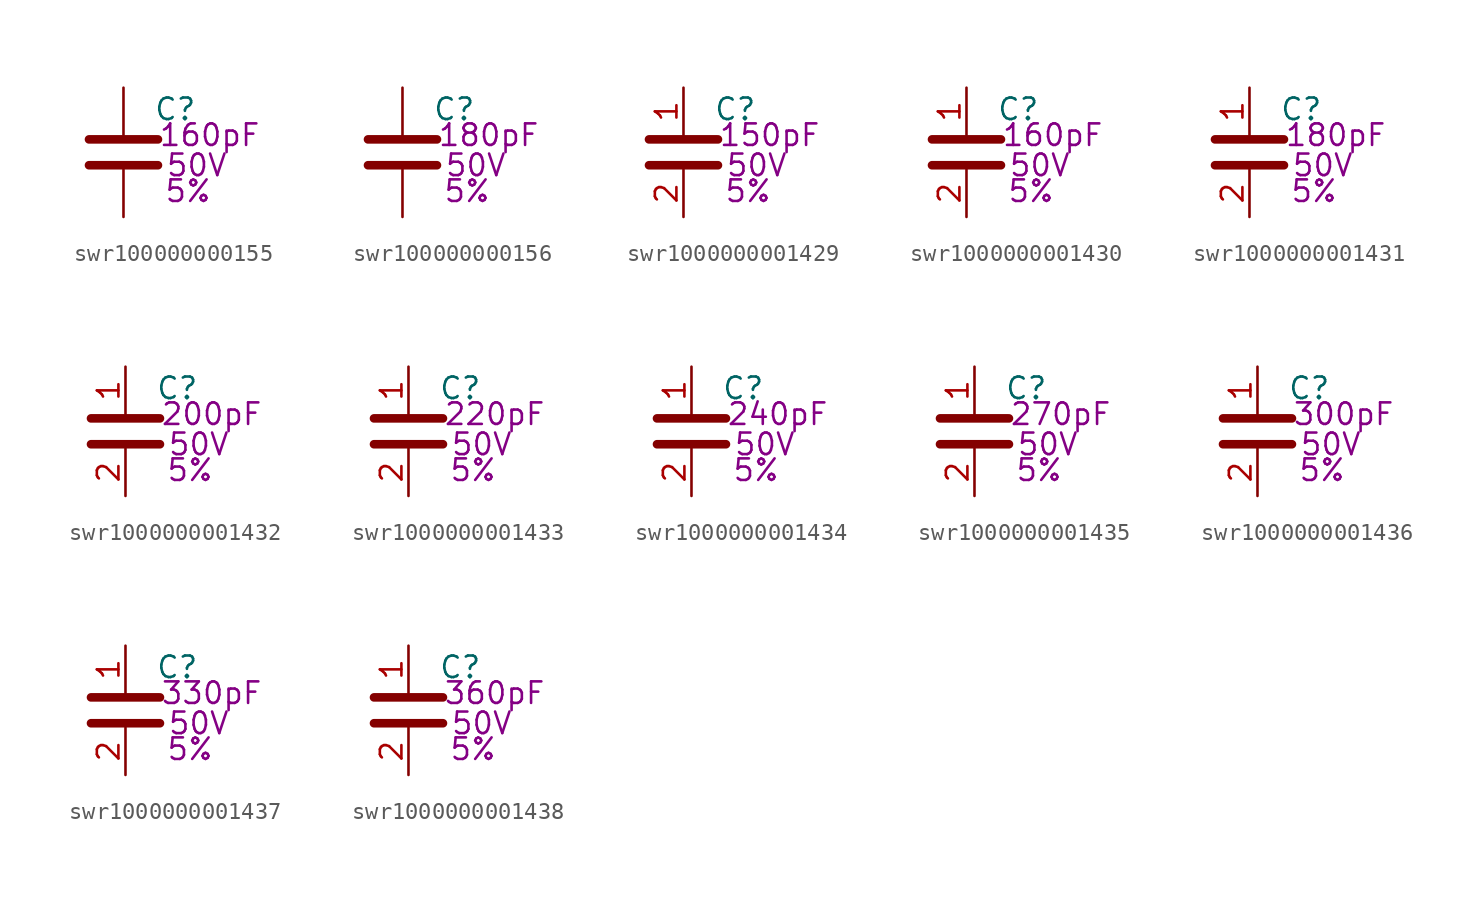
<source format=kicad_sym>
(kicad_symbol_lib
  (version 20220914)
  (generator kicad_symbol_editor)
  (symbol "swr100000000155"
    (pin_numbers hide)
    (pin_names
      (offset 1.016))
    (property "Reference" "C"
      (at 3.048 2.54 0)
      (effects (font (size 1.27 1.27))))
    (property "PartValue" "160pF"
      (at 5.08 1.016 0)
      (effects (font (size 1.27 1.27))))
    (property "Voltage" "50V"
      (at 4.318 -0.762 0)
      (effects (font (size 1.27 1.27))))
    (property "Tolerance" "5%"
      (at 3.81 -2.286 0)
      (effects (font (size 1.27 1.27))))
    (symbol "swr100000000155_1_1"
      (polyline (pts (xy -2.032 -0.762) (xy 2.032 -0.762)) (stroke (width 0.508) (type default)) (fill (type none)))
      (polyline (pts (xy -2.032 0.762) (xy 2.032 0.762)) (stroke (width 0.508) (type default)) (fill (type none)))
      (pin passive line (at 0 3.81 270) (length 2.794) (name "~" (effects (font (size 1.27 1.27)))) (number "1" (effects (font (size 1.27 1.27)))))
      (pin passive line (at 0 -3.81 90) (length 2.794) (name "~" (effects (font (size 1.27 1.27)))) (number "2" (effects (font (size 1.27 1.27)))))))
  (symbol "swr100000000156"
    (pin_numbers hide)
    (pin_names
      (offset 1.016))
    (property "Reference" "C"
      (at 3.048 2.54 0)
      (effects (font (size 1.27 1.27))))
    (property "PartValue" "180pF"
      (at 5.08 1.016 0)
      (effects (font (size 1.27 1.27))))
    (property "Voltage" "50V"
      (at 4.318 -0.762 0)
      (effects (font (size 1.27 1.27))))
    (property "Tolerance" "5%"
      (at 3.81 -2.286 0)
      (effects (font (size 1.27 1.27))))
    (symbol "swr100000000156_1_1"
      (polyline (pts (xy -2.032 -0.762) (xy 2.032 -0.762)) (stroke (width 0.508) (type default)) (fill (type none)))
      (polyline (pts (xy -2.032 0.762) (xy 2.032 0.762)) (stroke (width 0.508) (type default)) (fill (type none)))
      (pin passive line (at 0 3.81 270) (length 2.794) (name "~" (effects (font (size 1.27 1.27)))) (number "1" (effects (font (size 1.27 1.27)))))
      (pin passive line (at 0 -3.81 90) (length 2.794) (name "~" (effects (font (size 1.27 1.27)))) (number "2" (effects (font (size 1.27 1.27)))))))
  (symbol "swr1000000001429"
    (pin_names
      (offset 1.016))
    (property "Reference" "C"
      (at 3.048 2.54 0)
      (effects (font (size 1.27 1.27))))
    (property "PartValue" "150pF"
      (at 5.08 1.016 0)
      (effects (font (size 1.27 1.27))))
    (property "Voltage" "50V"
      (at 4.318 -0.762 0)
      (effects (font (size 1.27 1.27))))
    (property "Tolerance" "5%"
      (at 3.81 -2.286 0)
      (effects (font (size 1.27 1.27))))
    (symbol "swr1000000001429_1_1"
      (polyline (pts (xy -2.032 -0.762) (xy 2.032 -0.762)) (stroke (width 0.508) (type default)) (fill (type none)))
      (polyline (pts (xy -2.032 0.762) (xy 2.032 0.762)) (stroke (width 0.508) (type default)) (fill (type none)))
      (pin passive line (at 0 3.81 270) (length 2.794) (name "~" (effects (font (size 1.27 1.27)))) (number "1" (effects (font (size 1.27 1.27)))))
      (pin passive line (at 0 -3.81 90) (length 2.794) (name "~" (effects (font (size 1.27 1.27)))) (number "2" (effects (font (size 1.27 1.27)))))))
  (symbol "swr1000000001430"
    (pin_names
      (offset 1.016))
    (property "Reference" "C"
      (at 3.048 2.54 0)
      (effects (font (size 1.27 1.27))))
    (property "PartValue" "160pF"
      (at 5.08 1.016 0)
      (effects (font (size 1.27 1.27))))
    (property "Voltage" "50V"
      (at 4.318 -0.762 0)
      (effects (font (size 1.27 1.27))))
    (property "Tolerance" "5%"
      (at 3.81 -2.286 0)
      (effects (font (size 1.27 1.27))))
    (symbol "swr1000000001430_1_1"
      (polyline (pts (xy -2.032 -0.762) (xy 2.032 -0.762)) (stroke (width 0.508) (type default)) (fill (type none)))
      (polyline (pts (xy -2.032 0.762) (xy 2.032 0.762)) (stroke (width 0.508) (type default)) (fill (type none)))
      (pin passive line (at 0 3.81 270) (length 2.794) (name "~" (effects (font (size 1.27 1.27)))) (number "1" (effects (font (size 1.27 1.27)))))
      (pin passive line (at 0 -3.81 90) (length 2.794) (name "~" (effects (font (size 1.27 1.27)))) (number "2" (effects (font (size 1.27 1.27)))))))
  (symbol "swr1000000001431"
    (pin_names
      (offset 1.016))
    (property "Reference" "C"
      (at 3.048 2.54 0)
      (effects (font (size 1.27 1.27))))
    (property "PartValue" "180pF"
      (at 5.08 1.016 0)
      (effects (font (size 1.27 1.27))))
    (property "Voltage" "50V"
      (at 4.318 -0.762 0)
      (effects (font (size 1.27 1.27))))
    (property "Tolerance" "5%"
      (at 3.81 -2.286 0)
      (effects (font (size 1.27 1.27))))
    (symbol "swr1000000001431_1_1"
      (polyline (pts (xy -2.032 -0.762) (xy 2.032 -0.762)) (stroke (width 0.508) (type default)) (fill (type none)))
      (polyline (pts (xy -2.032 0.762) (xy 2.032 0.762)) (stroke (width 0.508) (type default)) (fill (type none)))
      (pin passive line (at 0 3.81 270) (length 2.794) (name "~" (effects (font (size 1.27 1.27)))) (number "1" (effects (font (size 1.27 1.27)))))
      (pin passive line (at 0 -3.81 90) (length 2.794) (name "~" (effects (font (size 1.27 1.27)))) (number "2" (effects (font (size 1.27 1.27)))))))
  (symbol "swr1000000001432"
    (pin_names
      (offset 1.016))
    (property "Reference" "C"
      (at 3.048 2.54 0)
      (effects (font (size 1.27 1.27))))
    (property "PartValue" "200pF"
      (at 5.08 1.016 0)
      (effects (font (size 1.27 1.27))))
    (property "Voltage" "50V"
      (at 4.318 -0.762 0)
      (effects (font (size 1.27 1.27))))
    (property "Tolerance" "5%"
      (at 3.81 -2.286 0)
      (effects (font (size 1.27 1.27))))
    (symbol "swr1000000001432_1_1"
      (polyline (pts (xy -2.032 -0.762) (xy 2.032 -0.762)) (stroke (width 0.508) (type default)) (fill (type none)))
      (polyline (pts (xy -2.032 0.762) (xy 2.032 0.762)) (stroke (width 0.508) (type default)) (fill (type none)))
      (pin passive line (at 0 3.81 270) (length 2.794) (name "~" (effects (font (size 1.27 1.27)))) (number "1" (effects (font (size 1.27 1.27)))))
      (pin passive line (at 0 -3.81 90) (length 2.794) (name "~" (effects (font (size 1.27 1.27)))) (number "2" (effects (font (size 1.27 1.27)))))))
  (symbol "swr1000000001433"
    (pin_names
      (offset 1.016))
    (property "Reference" "C"
      (at 3.048 2.54 0)
      (effects (font (size 1.27 1.27))))
    (property "PartValue" "220pF"
      (at 5.08 1.016 0)
      (effects (font (size 1.27 1.27))))
    (property "Voltage" "50V"
      (at 4.318 -0.762 0)
      (effects (font (size 1.27 1.27))))
    (property "Tolerance" "5%"
      (at 3.81 -2.286 0)
      (effects (font (size 1.27 1.27))))
    (symbol "swr1000000001433_1_1"
      (polyline (pts (xy -2.032 -0.762) (xy 2.032 -0.762)) (stroke (width 0.508) (type default)) (fill (type none)))
      (polyline (pts (xy -2.032 0.762) (xy 2.032 0.762)) (stroke (width 0.508) (type default)) (fill (type none)))
      (pin passive line (at 0 3.81 270) (length 2.794) (name "~" (effects (font (size 1.27 1.27)))) (number "1" (effects (font (size 1.27 1.27)))))
      (pin passive line (at 0 -3.81 90) (length 2.794) (name "~" (effects (font (size 1.27 1.27)))) (number "2" (effects (font (size 1.27 1.27)))))))
  (symbol "swr1000000001434"
    (pin_names
      (offset 1.016))
    (property "Reference" "C"
      (at 3.048 2.54 0)
      (effects (font (size 1.27 1.27))))
    (property "PartValue" "240pF"
      (at 5.08 1.016 0)
      (effects (font (size 1.27 1.27))))
    (property "Voltage" "50V"
      (at 4.318 -0.762 0)
      (effects (font (size 1.27 1.27))))
    (property "Tolerance" "5%"
      (at 3.81 -2.286 0)
      (effects (font (size 1.27 1.27))))
    (symbol "swr1000000001434_1_1"
      (polyline (pts (xy -2.032 -0.762) (xy 2.032 -0.762)) (stroke (width 0.508) (type default)) (fill (type none)))
      (polyline (pts (xy -2.032 0.762) (xy 2.032 0.762)) (stroke (width 0.508) (type default)) (fill (type none)))
      (pin passive line (at 0 3.81 270) (length 2.794) (name "~" (effects (font (size 1.27 1.27)))) (number "1" (effects (font (size 1.27 1.27)))))
      (pin passive line (at 0 -3.81 90) (length 2.794) (name "~" (effects (font (size 1.27 1.27)))) (number "2" (effects (font (size 1.27 1.27)))))))
  (symbol "swr1000000001435"
    (pin_names
      (offset 1.016))
    (property "Reference" "C"
      (at 3.048 2.54 0)
      (effects (font (size 1.27 1.27))))
    (property "PartValue" "270pF"
      (at 5.08 1.016 0)
      (effects (font (size 1.27 1.27))))
    (property "Voltage" "50V"
      (at 4.318 -0.762 0)
      (effects (font (size 1.27 1.27))))
    (property "Tolerance" "5%"
      (at 3.81 -2.286 0)
      (effects (font (size 1.27 1.27))))
    (symbol "swr1000000001435_1_1"
      (polyline (pts (xy -2.032 -0.762) (xy 2.032 -0.762)) (stroke (width 0.508) (type default)) (fill (type none)))
      (polyline (pts (xy -2.032 0.762) (xy 2.032 0.762)) (stroke (width 0.508) (type default)) (fill (type none)))
      (pin passive line (at 0 3.81 270) (length 2.794) (name "~" (effects (font (size 1.27 1.27)))) (number "1" (effects (font (size 1.27 1.27)))))
      (pin passive line (at 0 -3.81 90) (length 2.794) (name "~" (effects (font (size 1.27 1.27)))) (number "2" (effects (font (size 1.27 1.27)))))))
  (symbol "swr1000000001436"
    (pin_names
      (offset 1.016))
    (property "Reference" "C"
      (at 3.048 2.54 0)
      (effects (font (size 1.27 1.27))))
    (property "PartValue" "300pF"
      (at 5.08 1.016 0)
      (effects (font (size 1.27 1.27))))
    (property "Voltage" "50V"
      (at 4.318 -0.762 0)
      (effects (font (size 1.27 1.27))))
    (property "Tolerance" "5%"
      (at 3.81 -2.286 0)
      (effects (font (size 1.27 1.27))))
    (symbol "swr1000000001436_1_1"
      (polyline (pts (xy -2.032 -0.762) (xy 2.032 -0.762)) (stroke (width 0.508) (type default)) (fill (type none)))
      (polyline (pts (xy -2.032 0.762) (xy 2.032 0.762)) (stroke (width 0.508) (type default)) (fill (type none)))
      (pin passive line (at 0 3.81 270) (length 2.794) (name "~" (effects (font (size 1.27 1.27)))) (number "1" (effects (font (size 1.27 1.27)))))
      (pin passive line (at 0 -3.81 90) (length 2.794) (name "~" (effects (font (size 1.27 1.27)))) (number "2" (effects (font (size 1.27 1.27)))))))
  (symbol "swr1000000001437"
    (pin_names
      (offset 1.016))
    (property "Reference" "C"
      (at 3.048 2.54 0)
      (effects (font (size 1.27 1.27))))
    (property "PartValue" "330pF"
      (at 5.08 1.016 0)
      (effects (font (size 1.27 1.27))))
    (property "Voltage" "50V"
      (at 4.318 -0.762 0)
      (effects (font (size 1.27 1.27))))
    (property "Tolerance" "5%"
      (at 3.81 -2.286 0)
      (effects (font (size 1.27 1.27))))
    (symbol "swr1000000001437_1_1"
      (polyline (pts (xy -2.032 -0.762) (xy 2.032 -0.762)) (stroke (width 0.508) (type default)) (fill (type none)))
      (polyline (pts (xy -2.032 0.762) (xy 2.032 0.762)) (stroke (width 0.508) (type default)) (fill (type none)))
      (pin passive line (at 0 3.81 270) (length 2.794) (name "~" (effects (font (size 1.27 1.27)))) (number "1" (effects (font (size 1.27 1.27)))))
      (pin passive line (at 0 -3.81 90) (length 2.794) (name "~" (effects (font (size 1.27 1.27)))) (number "2" (effects (font (size 1.27 1.27)))))))
  (symbol "swr1000000001438"
    (pin_names
      (offset 1.016))
    (property "Reference" "C"
      (at 3.048 2.54 0)
      (effects (font (size 1.27 1.27))))
    (property "PartValue" "360pF"
      (at 5.08 1.016 0)
      (effects (font (size 1.27 1.27))))
    (property "Voltage" "50V"
      (at 4.318 -0.762 0)
      (effects (font (size 1.27 1.27))))
    (property "Tolerance" "5%"
      (at 3.81 -2.286 0)
      (effects (font (size 1.27 1.27))))
    (symbol "swr1000000001438_1_1"
      (polyline (pts (xy -2.032 -0.762) (xy 2.032 -0.762)) (stroke (width 0.508) (type default)) (fill (type none)))
      (polyline (pts (xy -2.032 0.762) (xy 2.032 0.762)) (stroke (width 0.508) (type default)) (fill (type none)))
      (pin passive line (at 0 3.81 270) (length 2.794) (name "~" (effects (font (size 1.27 1.27)))) (number "1" (effects (font (size 1.27 1.27)))))
      (pin passive line (at 0 -3.81 90) (length 2.794) (name "~" (effects (font (size 1.27 1.27)))) (number "2" (effects (font (size 1.27 1.27))))))))
</source>
